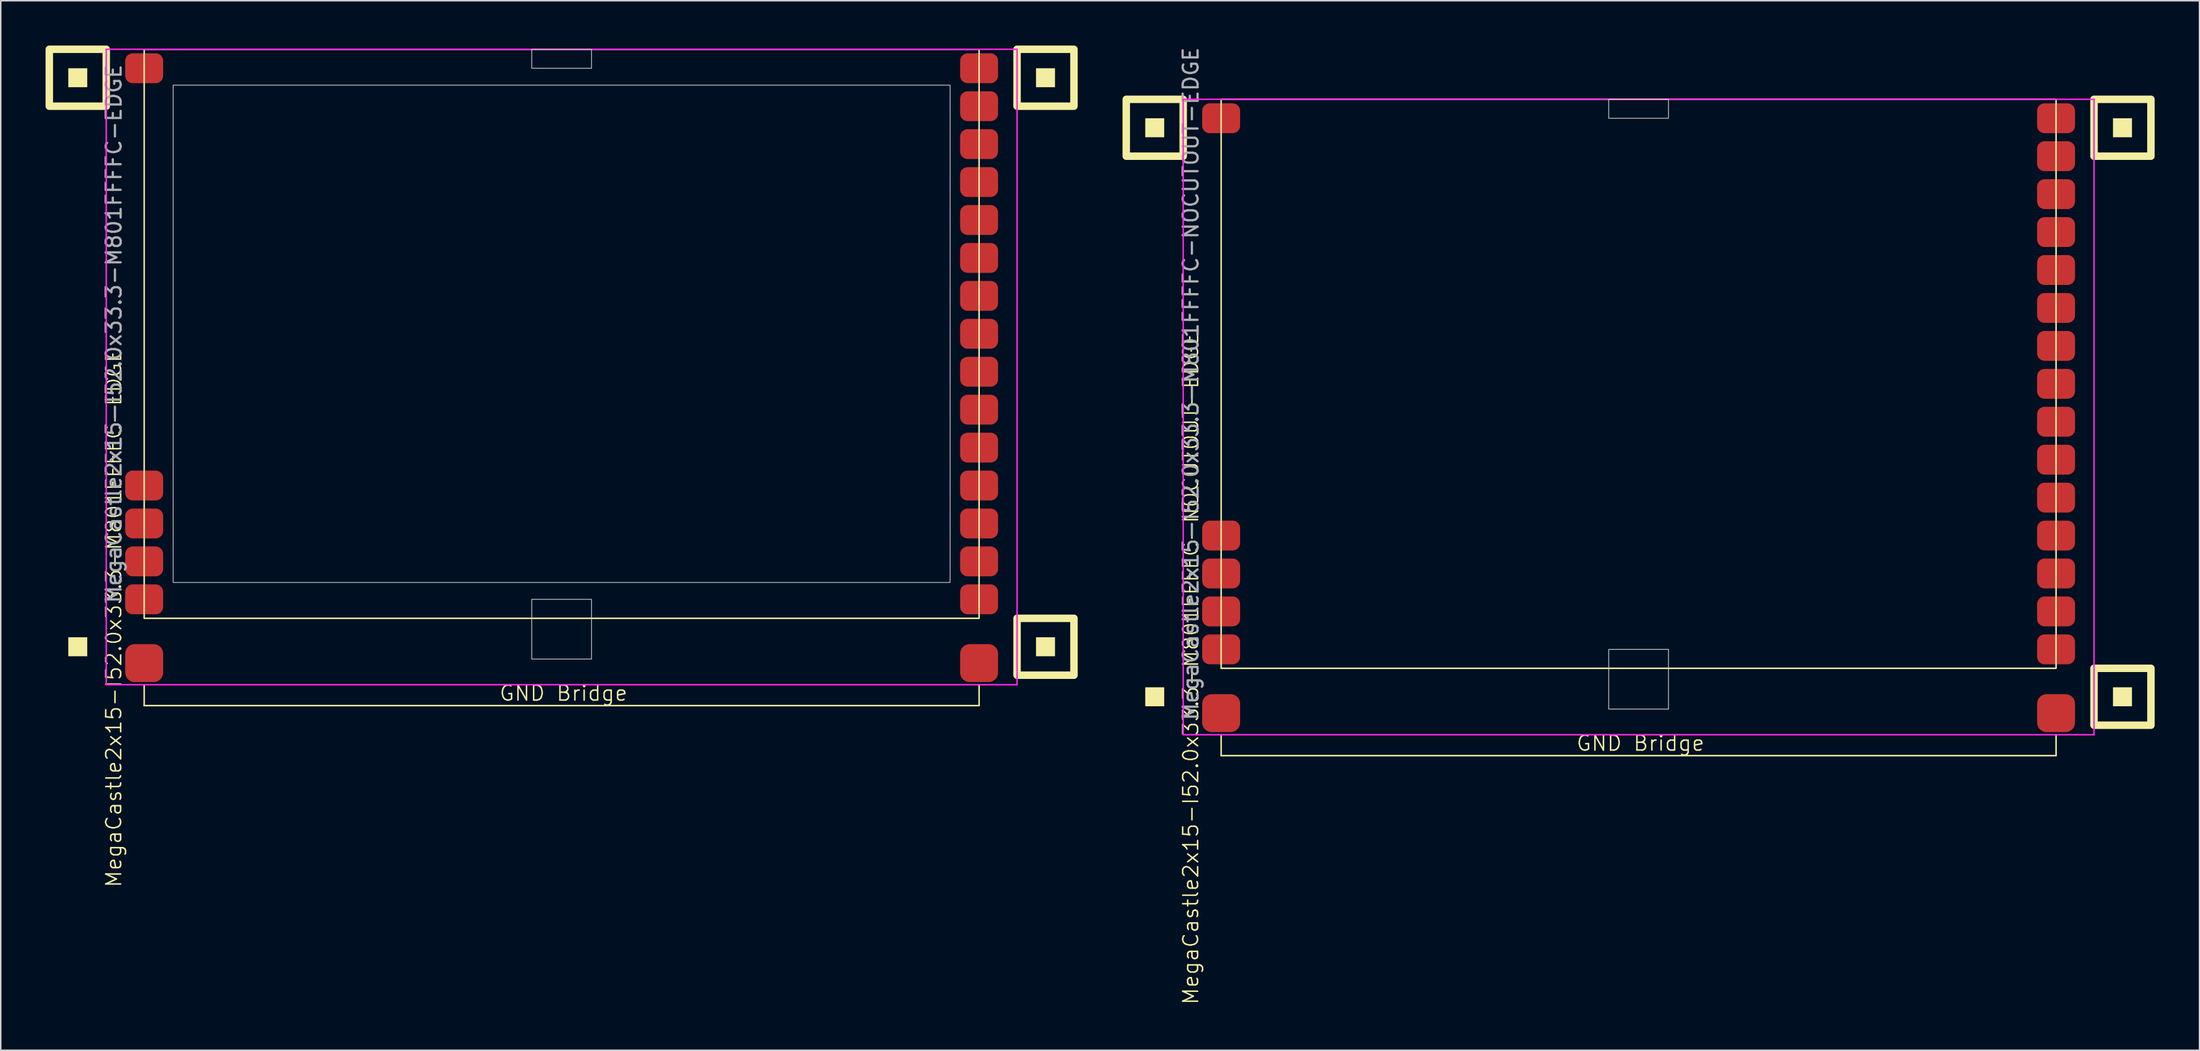
<source format=kicad_pcb>
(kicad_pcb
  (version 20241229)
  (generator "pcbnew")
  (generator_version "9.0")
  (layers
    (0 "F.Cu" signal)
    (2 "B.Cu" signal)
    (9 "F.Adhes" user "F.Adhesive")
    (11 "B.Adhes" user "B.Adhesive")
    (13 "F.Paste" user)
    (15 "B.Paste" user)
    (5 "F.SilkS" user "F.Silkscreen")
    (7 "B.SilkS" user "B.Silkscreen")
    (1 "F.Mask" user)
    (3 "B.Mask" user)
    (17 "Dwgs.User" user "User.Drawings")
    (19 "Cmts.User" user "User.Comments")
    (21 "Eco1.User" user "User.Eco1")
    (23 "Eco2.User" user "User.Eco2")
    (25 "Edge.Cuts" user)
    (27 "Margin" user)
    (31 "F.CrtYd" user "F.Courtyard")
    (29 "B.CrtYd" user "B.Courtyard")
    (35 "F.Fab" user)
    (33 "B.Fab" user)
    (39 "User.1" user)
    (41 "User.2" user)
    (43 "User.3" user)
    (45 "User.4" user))
  (footprint "MegaCastle2x15-I52.0x33.3-M801FFFFC-NOCUTOUT-EDGE"
    (layer "F.Cu")
    (at 106.62 22.649)
    (property "Reference" "MegaCastle2x15-I52.0x33.3-M801FFFFC-NOCUTOUT-EDGE" (at -29.972 19.05 90) (unlocked yes) (layer "F.SilkS") (effects (font (size 1 1) (thickness 0.1))))
    (attr smd)
    (fp_line (start -27.94 23.495) (end -27.94 24.895) (stroke (width 0.1) (type default)) (layer "F.SilkS"))
    (fp_line (start -27.94 24.895) (end 27.94 24.895) (stroke (width 0.1) (type default)) (layer "F.SilkS"))
    (fp_line (start 27.94 23.495) (end 27.94 24.895) (stroke (width 0.1) (type default)) (layer "F.SilkS"))
    (fp_rect (start -31.75 -16.51) (end -33.02 -17.78) (stroke (width 0) (type solid)) (fill yes) (layer "F.SilkS"))
    (fp_rect (start -31.75 21.59) (end -33.02 20.32) (stroke (width 0) (type solid)) (fill yes) (layer "F.SilkS"))
    (fp_rect (start -30.48 -15.24) (end -34.29 -19.05) (stroke (width 0.5) (type default)) (fill no) (layer "F.SilkS"))
    (fp_rect (start -27.94 -19.05) (end 27.94 19.05) (stroke (width 0.1) (type default)) (fill no) (layer "F.SilkS"))
    (fp_rect (start 33.02 -16.51) (end 31.75 -17.78) (stroke (width 0) (type solid)) (fill yes) (layer "F.SilkS"))
    (fp_rect (start 33.02 21.59) (end 31.75 20.32) (stroke (width 0) (type solid)) (fill yes) (layer "F.SilkS"))
    (fp_rect (start 34.29 -15.24) (end 30.48 -19.05) (stroke (width 0.5) (type default)) (fill no) (layer "F.SilkS"))
    (fp_rect (start 34.29 22.86) (end 30.48 19.05) (stroke (width 0.5) (type default)) (fill no) (layer "F.SilkS"))
    (fp_rect (start -2 -17.78) (end 2 -19.05) (stroke (width 0.05) (type default)) (fill no) (layer "Edge.Cuts"))
    (fp_rect (start -2 17.78) (end 2 21.78) (stroke (width 0.05) (type default)) (fill no) (layer "Edge.Cuts"))
    (fp_line (start -30.48 -19.05) (end -30.48 23.495) (stroke (width 0.1) (type default)) (layer "F.CrtYd"))
    (fp_line (start -30.48 23.495) (end 30.48 23.495) (stroke (width 0.1) (type default)) (layer "F.CrtYd"))
    (fp_line (start 30.48 -19.05) (end -30.48 -19.05) (stroke (width 0.1) (type default)) (layer "F.CrtYd"))
    (fp_line (start 30.48 -19.05) (end 30.48 23.495) (stroke (width 0.1) (type default)) (layer "F.CrtYd"))
    (fp_text user "GND Bridge" (at -4.226 24.65 0) (unlocked yes) (layer "F.SilkS") (effects (font (size 1 1) (thickness 0.1)) (justify left bottom)))
    (fp_text user "${REFERENCE}" (at -29.972 0 90) (unlocked yes) (layer "F.Fab") (effects (font (size 1 1) (thickness 0.15))))
    (pad "1" smd roundrect (at -27.94 -17.78) (size 2.54 2) (layers "F.Cu" "F.Mask" "F.Paste") (roundrect_rratio 0.25))
    (pad "12" smd roundrect (at -27.94 10.16) (size 2.54 2) (layers "F.Cu" "F.Mask" "F.Paste") (roundrect_rratio 0.25))
    (pad "13" smd roundrect (at -27.94 12.7) (size 2.54 2) (layers "F.Cu" "F.Mask" "F.Paste") (roundrect_rratio 0.25))
    (pad "14" smd roundrect (at -27.94 15.24) (size 2.54 2) (layers "F.Cu" "F.Mask" "F.Paste") (roundrect_rratio 0.25))
    (pad "15" smd roundrect (at -27.94 17.78) (size 2.54 2) (layers "F.Cu" "F.Mask" "F.Paste") (roundrect_rratio 0.25))
    (pad "16" smd roundrect (at 27.94 -17.78) (size 2.54 2) (layers "F.Cu" "F.Mask" "F.Paste") (roundrect_rratio 0.25))
    (pad "17" smd roundrect (at 27.94 -15.24) (size 2.54 2) (layers "F.Cu" "F.Mask" "F.Paste") (roundrect_rratio 0.25))
    (pad "18" smd roundrect (at 27.94 -12.7) (size 2.54 2) (layers "F.Cu" "F.Mask" "F.Paste") (roundrect_rratio 0.25))
    (pad "19" smd roundrect (at 27.94 -10.16) (size 2.54 2) (layers "F.Cu" "F.Mask" "F.Paste") (roundrect_rratio 0.25))
    (pad "20" smd roundrect (at 27.94 -7.62) (size 2.54 2) (layers "F.Cu" "F.Mask" "F.Paste") (roundrect_rratio 0.25))
    (pad "21" smd roundrect (at 27.94 -5.08) (size 2.54 2) (layers "F.Cu" "F.Mask" "F.Paste") (roundrect_rratio 0.25))
    (pad "22" smd roundrect (at 27.94 -2.54) (size 2.54 2) (layers "F.Cu" "F.Mask" "F.Paste") (roundrect_rratio 0.25))
    (pad "23" smd roundrect (at 27.94 0) (size 2.54 2) (layers "F.Cu" "F.Mask" "F.Paste") (roundrect_rratio 0.25))
    (pad "24" smd roundrect (at 27.94 2.54) (size 2.54 2) (layers "F.Cu" "F.Mask" "F.Paste") (roundrect_rratio 0.25))
    (pad "25" smd roundrect (at 27.94 5.08) (size 2.54 2) (layers "F.Cu" "F.Mask" "F.Paste") (roundrect_rratio 0.25))
    (pad "26" smd roundrect (at 27.94 7.62) (size 2.54 2) (layers "F.Cu" "F.Mask" "F.Paste") (roundrect_rratio 0.25))
    (pad "27" smd roundrect (at 27.94 10.16) (size 2.54 2) (layers "F.Cu" "F.Mask" "F.Paste") (roundrect_rratio 0.25))
    (pad "28" smd roundrect (at 27.94 12.7) (size 2.54 2) (layers "F.Cu" "F.Mask" "F.Paste") (roundrect_rratio 0.25))
    (pad "29" smd roundrect (at 27.94 15.24) (size 2.54 2) (layers "F.Cu" "F.Mask" "F.Paste") (roundrect_rratio 0.25))
    (pad "30" smd roundrect (at 27.94 17.78) (size 2.54 2) (layers "F.Cu" "F.Mask" "F.Paste") (roundrect_rratio 0.25))
    (pad "B1" smd roundrect (at -27.94 22.05) (size 2.54 2.54) (layers "F.Cu" "F.Mask" "F.Paste") (roundrect_rratio 0.25))
    (pad "B2" smd roundrect (at 27.94 22.05) (size 2.54 2.54) (layers "F.Cu" "F.Mask" "F.Paste") (roundrect_rratio 0.25)))
  (footprint "MegaCastle2x15-I52.0x33.3-M801FFFFC-EDGE"
    (layer "F.Cu")
    (at 34.54 19.3)
    (property "Reference" "MegaCastle2x15-I52.0x33.3-M801FFFFC-EDGE" (at -29.972 19.05 90) (unlocked yes) (layer "F.SilkS") (effects (font (size 1 1) (thickness 0.1))))
    (attr smd)
    (fp_line (start -27.94 23.495) (end -27.94 24.895) (stroke (width 0.1) (type default)) (layer "F.SilkS"))
    (fp_line (start -27.94 24.895) (end 27.94 24.895) (stroke (width 0.1) (type default)) (layer "F.SilkS"))
    (fp_line (start 27.94 23.495) (end 27.94 24.895) (stroke (width 0.1) (type default)) (layer "F.SilkS"))
    (fp_rect (start -31.75 -16.51) (end -33.02 -17.78) (stroke (width 0) (type solid)) (fill yes) (layer "F.SilkS"))
    (fp_rect (start -31.75 21.59) (end -33.02 20.32) (stroke (width 0) (type solid)) (fill yes) (layer "F.SilkS"))
    (fp_rect (start -30.48 -15.24) (end -34.29 -19.05) (stroke (width 0.5) (type default)) (fill no) (layer "F.SilkS"))
    (fp_rect (start -27.94 -19.05) (end 27.94 19.05) (stroke (width 0.1) (type default)) (fill no) (layer "F.SilkS"))
    (fp_rect (start 33.02 -16.51) (end 31.75 -17.78) (stroke (width 0) (type solid)) (fill yes) (layer "F.SilkS"))
    (fp_rect (start 33.02 21.59) (end 31.75 20.32) (stroke (width 0) (type solid)) (fill yes) (layer "F.SilkS"))
    (fp_rect (start 34.29 -15.24) (end 30.48 -19.05) (stroke (width 0.5) (type default)) (fill no) (layer "F.SilkS"))
    (fp_rect (start 34.29 22.86) (end 30.48 19.05) (stroke (width 0.5) (type default)) (fill no) (layer "F.SilkS"))
    (fp_rect (start -26 -16.65) (end 26 16.65) (stroke (width 0.05) (type default)) (fill no) (layer "Edge.Cuts"))
    (fp_rect (start -2 -17.78) (end 2 -19.05) (stroke (width 0.05) (type default)) (fill no) (layer "Edge.Cuts"))
    (fp_rect (start -2 17.78) (end 2 21.78) (stroke (width 0.05) (type default)) (fill no) (layer "Edge.Cuts"))
    (fp_line (start -30.48 -19.05) (end -30.48 23.495) (stroke (width 0.1) (type default)) (layer "F.CrtYd"))
    (fp_line (start -30.48 23.495) (end 30.48 23.495) (stroke (width 0.1) (type default)) (layer "F.CrtYd"))
    (fp_line (start 30.48 -19.05) (end -30.48 -19.05) (stroke (width 0.1) (type default)) (layer "F.CrtYd"))
    (fp_line (start 30.48 -19.05) (end 30.48 23.495) (stroke (width 0.1) (type default)) (layer "F.CrtYd"))
    (fp_text user "GND Bridge" (at -4.226 24.65 0) (unlocked yes) (layer "F.SilkS") (effects (font (size 1 1) (thickness 0.1)) (justify left bottom)))
    (fp_text user "${REFERENCE}" (at -29.972 0 90) (unlocked yes) (layer "F.Fab") (effects (font (size 1 1) (thickness 0.15))))
    (pad "1" smd roundrect (at -27.94 -17.78) (size 2.54 2) (layers "F.Cu" "F.Mask" "F.Paste") (roundrect_rratio 0.25))
    (pad "12" smd roundrect (at -27.94 10.16) (size 2.54 2) (layers "F.Cu" "F.Mask" "F.Paste") (roundrect_rratio 0.25))
    (pad "13" smd roundrect (at -27.94 12.7) (size 2.54 2) (layers "F.Cu" "F.Mask" "F.Paste") (roundrect_rratio 0.25))
    (pad "14" smd roundrect (at -27.94 15.24) (size 2.54 2) (layers "F.Cu" "F.Mask" "F.Paste") (roundrect_rratio 0.25))
    (pad "15" smd roundrect (at -27.94 17.78) (size 2.54 2) (layers "F.Cu" "F.Mask" "F.Paste") (roundrect_rratio 0.25))
    (pad "16" smd roundrect (at 27.94 -17.78) (size 2.54 2) (layers "F.Cu" "F.Mask" "F.Paste") (roundrect_rratio 0.25))
    (pad "17" smd roundrect (at 27.94 -15.24) (size 2.54 2) (layers "F.Cu" "F.Mask" "F.Paste") (roundrect_rratio 0.25))
    (pad "18" smd roundrect (at 27.94 -12.7) (size 2.54 2) (layers "F.Cu" "F.Mask" "F.Paste") (roundrect_rratio 0.25))
    (pad "19" smd roundrect (at 27.94 -10.16) (size 2.54 2) (layers "F.Cu" "F.Mask" "F.Paste") (roundrect_rratio 0.25))
    (pad "20" smd roundrect (at 27.94 -7.62) (size 2.54 2) (layers "F.Cu" "F.Mask" "F.Paste") (roundrect_rratio 0.25))
    (pad "21" smd roundrect (at 27.94 -5.08) (size 2.54 2) (layers "F.Cu" "F.Mask" "F.Paste") (roundrect_rratio 0.25))
    (pad "22" smd roundrect (at 27.94 -2.54) (size 2.54 2) (layers "F.Cu" "F.Mask" "F.Paste") (roundrect_rratio 0.25))
    (pad "23" smd roundrect (at 27.94 0) (size 2.54 2) (layers "F.Cu" "F.Mask" "F.Paste") (roundrect_rratio 0.25))
    (pad "24" smd roundrect (at 27.94 2.54) (size 2.54 2) (layers "F.Cu" "F.Mask" "F.Paste") (roundrect_rratio 0.25))
    (pad "25" smd roundrect (at 27.94 5.08) (size 2.54 2) (layers "F.Cu" "F.Mask" "F.Paste") (roundrect_rratio 0.25))
    (pad "26" smd roundrect (at 27.94 7.62) (size 2.54 2) (layers "F.Cu" "F.Mask" "F.Paste") (roundrect_rratio 0.25))
    (pad "27" smd roundrect (at 27.94 10.16) (size 2.54 2) (layers "F.Cu" "F.Mask" "F.Paste") (roundrect_rratio 0.25))
    (pad "28" smd roundrect (at 27.94 12.7) (size 2.54 2) (layers "F.Cu" "F.Mask" "F.Paste") (roundrect_rratio 0.25))
    (pad "29" smd roundrect (at 27.94 15.24) (size 2.54 2) (layers "F.Cu" "F.Mask" "F.Paste") (roundrect_rratio 0.25))
    (pad "30" smd roundrect (at 27.94 17.78) (size 2.54 2) (layers "F.Cu" "F.Mask" "F.Paste") (roundrect_rratio 0.25))
    (pad "B1" smd roundrect (at -27.94 22.05) (size 2.54 2.54) (layers "F.Cu" "F.Mask" "F.Paste") (roundrect_rratio 0.25))
    (pad "B2" smd roundrect (at 27.94 22.05) (size 2.54 2.54) (layers "F.Cu" "F.Mask" "F.Paste") (roundrect_rratio 0.25)))
  (gr_rect
    (start -3 -3)
    (end 144.16 67.273)
    (stroke (width 0.1) (type default))
    (fill no)
    (layer "Edge.Cuts")))
</source>
